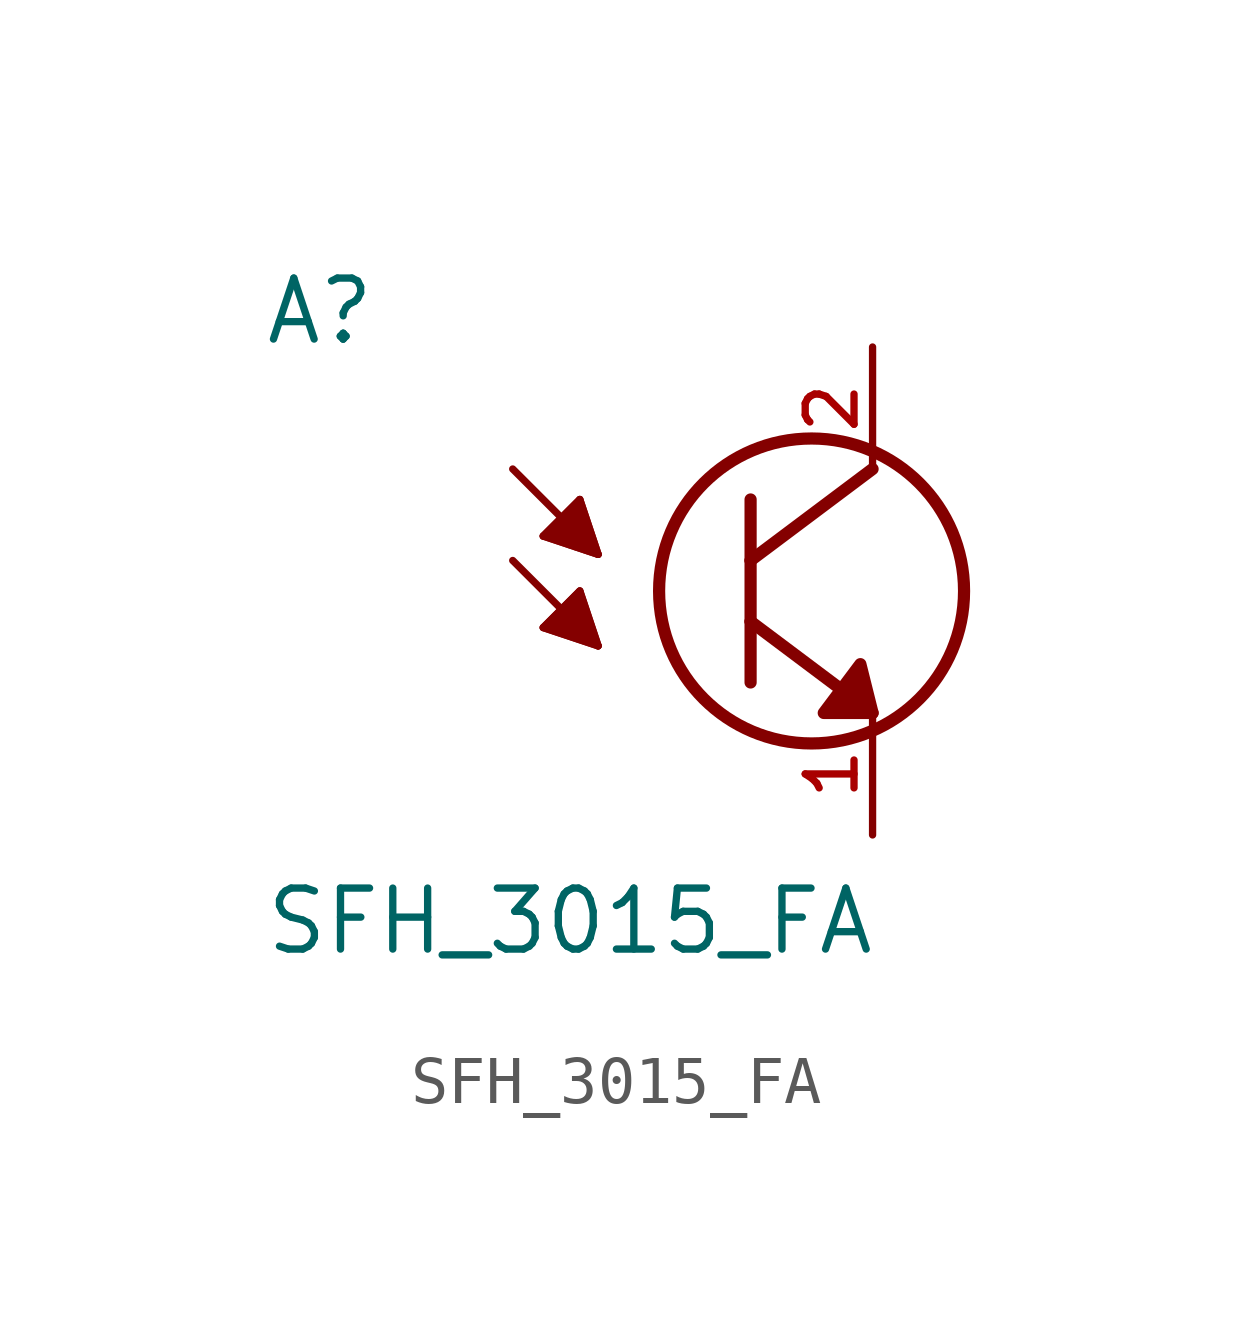
<source format=kicad_sym>
(kicad_symbol_lib
  (version 20211014)
  (generator kicad_symbol_editor)
  (symbol "SFH_3015_FA"
    (pin_names
      (offset 1.016))
    (property "Reference" "A"
      (at -10.156 5.082 0)
      (effects (font (size 1.27 1.27)) (justify bottom left)))
    (property "Value" "SFH_3015_FA"
      (at -10.151 -7.62 0)
      (effects (font (size 1.27 1.27)) (justify bottom left)))
    (symbol "SFH_3015_FA_0_0"
      (polyline (pts (xy -4.953 2.54) (xy -3.175 0.762)) (stroke (width 0.152)))
      (polyline (pts (xy -3.175 0.762) (xy -4.318 1.143)) (stroke (width 0.152)))
      (polyline (pts (xy -4.318 1.143) (xy -3.556 1.905)) (stroke (width 0.152)))
      (polyline (pts (xy -3.556 1.905) (xy -3.175 0.762)) (stroke (width 0.152)))
      (polyline (pts (xy 2.286 -2.286) (xy 2.54 -2.54)) (stroke (width 0.152)))
      (polyline (pts (xy -4.318 1.143) (xy -3.175 0.762) (xy -3.556 1.905) (xy -4.318 1.143)) (stroke (width 0.152)) (fill (type outline)))
      (circle (center 1.27 0.0) (radius 3.175) (stroke (width 0.254)) (fill (type none)))
      (polyline (pts (xy 0.0 1.905) (xy 0.0 0.635)) (stroke (width 0.254)))
      (polyline (pts (xy 0.0 0.635) (xy 0.0 -0.635)) (stroke (width 0.254)))
      (polyline (pts (xy 0.0 -0.635) (xy 0.0 -1.905)) (stroke (width 0.254)))
      (polyline (pts (xy 0.0 -0.635) (xy 2.54 -2.54)) (stroke (width 0.254)))
      (polyline (pts (xy 0.0 0.635) (xy 2.54 2.54)) (stroke (width 0.254)))
      (polyline (pts (xy 2.54 -2.54) (xy 2.286 -1.524) (xy 1.524 -2.54) (xy 2.54 -2.54)) (stroke (width 0.254)) (fill (type outline)))
      (polyline (pts (xy -4.953 0.635) (xy -3.175 -1.143)) (stroke (width 0.152)))
      (polyline (pts (xy -3.175 -1.143) (xy -4.318 -0.762)) (stroke (width 0.152)))
      (polyline (pts (xy -4.318 -0.762) (xy -3.556 0.0)) (stroke (width 0.152)))
      (polyline (pts (xy -3.556 0.0) (xy -3.175 -1.143)) (stroke (width 0.152)))
      (polyline (pts (xy -4.318 -0.762) (xy -3.175 -1.143) (xy -3.556 0.0) (xy -4.318 -0.762)) (stroke (width 0.152)) (fill (type outline)))
      (pin passive line (at 2.54 -5.08 90.0) (length 2.54) (name "~" (effects (font (size 1.016 1.016)))) (number "1" (effects (font (size 1.016 1.016)))))
      (pin passive line (at 2.54 5.08 270.0) (length 2.54) (name "~" (effects (font (size 1.016 1.016)))) (number "2" (effects (font (size 1.016 1.016))))))))
</source>
